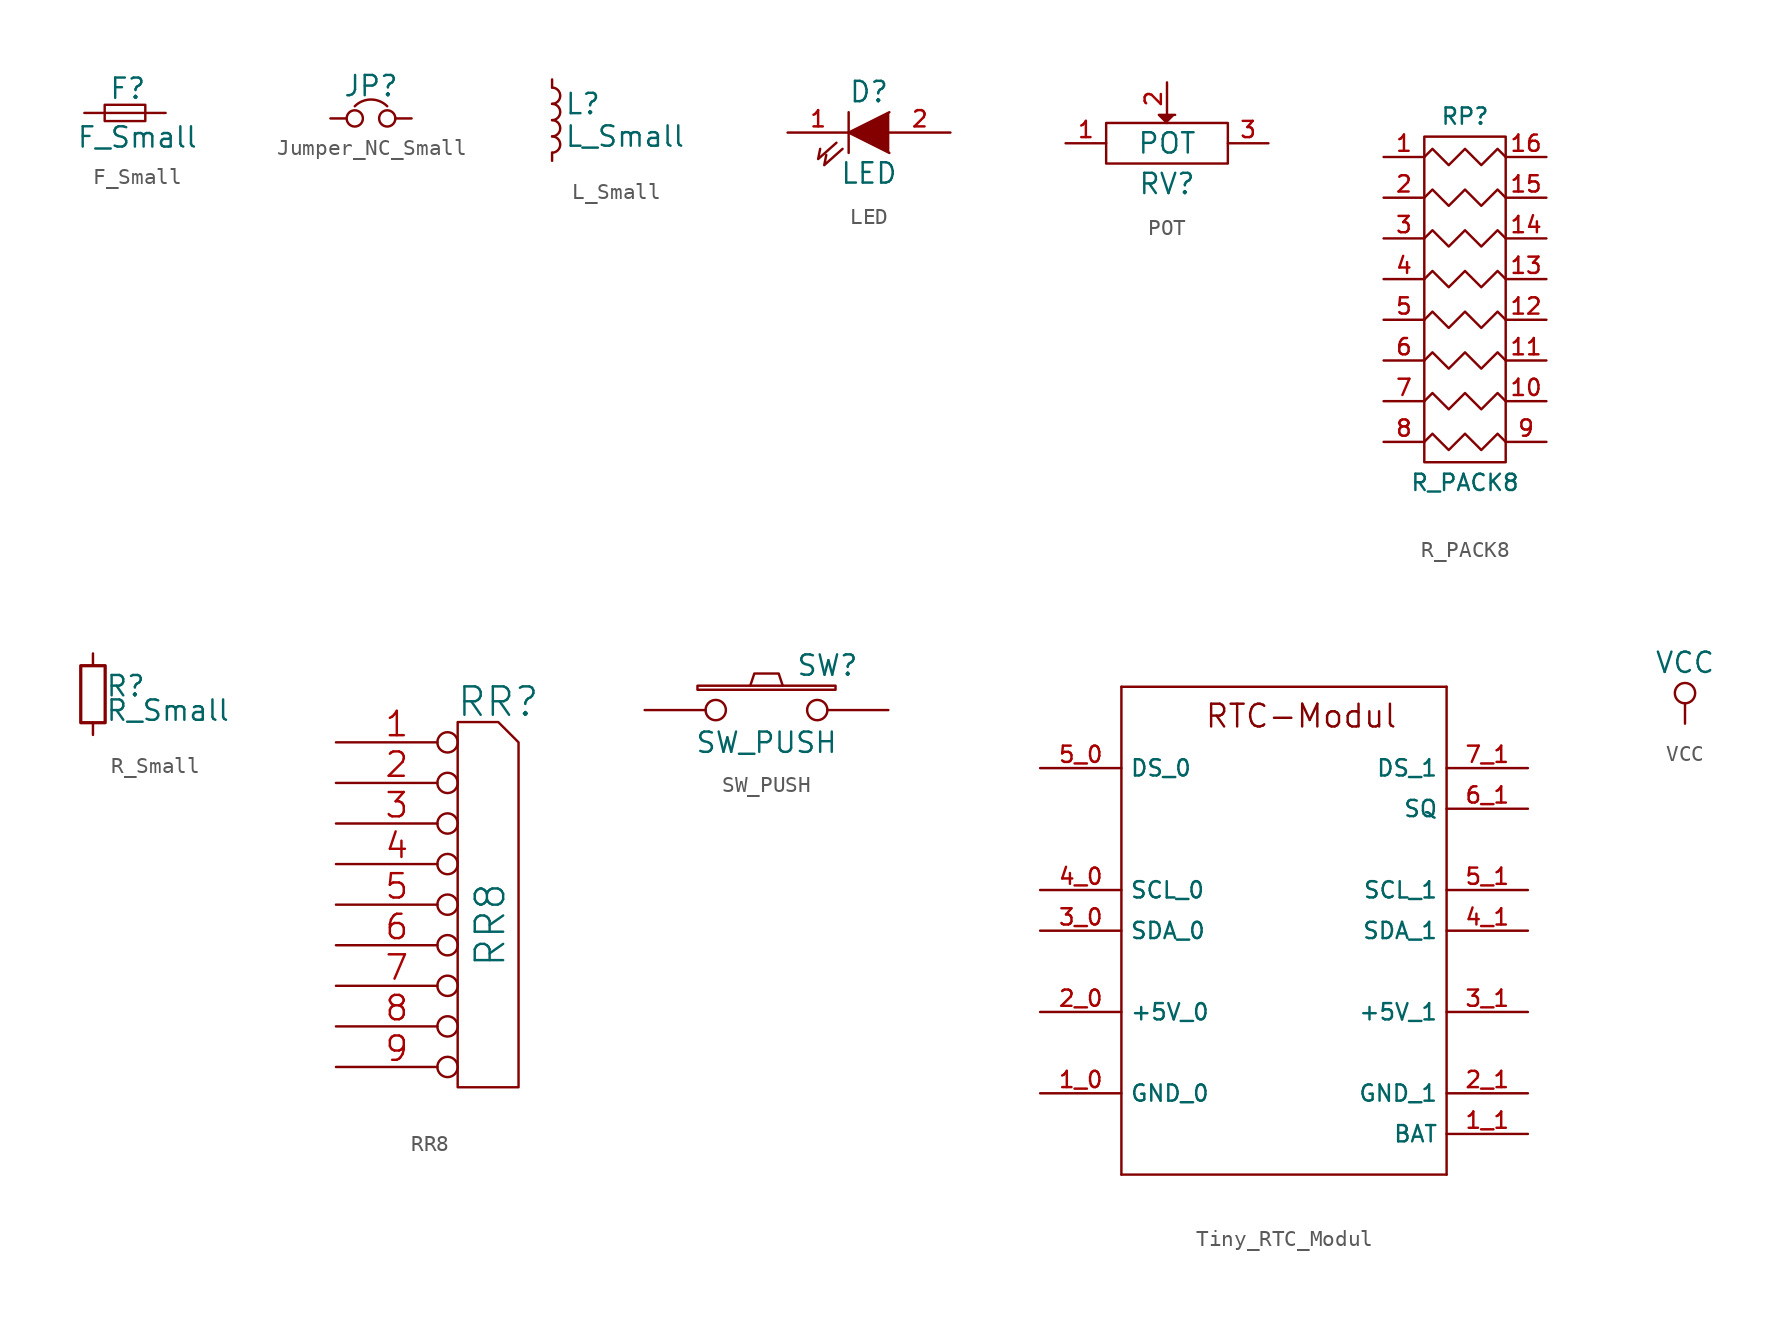
<source format=kicad_sym>
(kicad_symbol_lib
  (version 20201005)
  (generator kicad_symbol_editor)
  (symbol "Zimprich_neu:F_Small"
    (pin_numbers hide)
    (pin_names
      (offset 0.254) hide)
    (property "Reference" "F"
      (at -1.016 1.524 0)
      (effects (font (size 1.27 1.27)) (justify left)))
    (property "Value" "F_Small"
      (at -3.048 -1.524 0)
      (effects (font (size 1.27 1.27)) (justify left)))
    (property "Footprint" ""
      (at 0 0 0)
      (effects (font (size 1.524 1.524))))
    (property "Datasheet" ""
      (at 0 0 0)
      (effects (font (size 1.524 1.524))))
    (symbol "F_Small_0_1"
      (rectangle (start -1.27 0.508) (end 1.27 -0.508) (stroke (width 0)) (fill (type none)))
      (polyline (pts (xy -1.27 0) (xy 1.27 0)) (stroke (width 0)) (fill (type none))))
    (symbol "F_Small_1_1"
      (pin passive line (at -2.54 0 0) (length 1.27) (name "~" (effects (font (size 1.016 1.016)))) (number "1" (effects (font (size 1.016 1.016)))))
      (pin passive line (at 2.54 0 180) (length 1.27) (name "~" (effects (font (size 1.016 1.016)))) (number "2" (effects (font (size 1.016 1.016)))))))
  (symbol "Zimprich_neu:Jumper_NC_Small"
    (pin_numbers hide)
    (pin_names
      (offset 0.762) hide)
    (property "Reference" "JP"
      (at 0 2.032 0)
      (effects (font (size 1.27 1.27))))
    (property "Footprint" ""
      (at 0 0 0)
      (effects (font (size 1.524 1.524))))
    (property "Datasheet" ""
      (at 0 0 0)
      (effects (font (size 1.524 1.524))))
    (symbol "Jumper_NC_Small_0_1"
      (arc (start 1.016 0.762) (end -1.016 0.762) (radius (at 0 -0.254) (length 1.4478) (angles 45 135)) (stroke (width 0)) (fill (type none)))
      (circle (center -1.016 0) (radius 0.508) (stroke (width 0)) (fill (type none)))
      (circle (center 1.016 0) (radius 0.508) (stroke (width 0)) (fill (type none)))
      (pin passive line (at -2.54 0 0) (length 1.016) (name "1" (effects (font (size 1.524 1.524)))) (number "1" (effects (font (size 1.524 1.524)))))
      (pin passive line (at 2.54 0 180) (length 1.016) (name "2" (effects (font (size 1.524 1.524)))) (number "2" (effects (font (size 1.524 1.524)))))))
  (symbol "Zimprich_neu:L_Small"
    (pin_numbers hide)
    (pin_names
      (offset 0.254) hide)
    (property "Reference" "L"
      (at 0.762 1.016 0)
      (effects (font (size 1.27 1.27)) (justify left)))
    (property "Value" "L_Small"
      (at 0.762 -1.016 0)
      (effects (font (size 1.27 1.27)) (justify left)))
    (property "Footprint" ""
      (at 0 0 0)
      (effects (font (size 1.524 1.524))))
    (property "Datasheet" ""
      (at 0 0 0)
      (effects (font (size 1.524 1.524))))
    (symbol "L_Small_0_1"
      (arc (start 0 -2.032) (end 0 -1.016) (radius (at 0 -1.524) (length 0.508) (angles -89.9 89.9)) (stroke (width 0)) (fill (type none)))
      (arc (start 0 -1.016) (end 0 0) (radius (at 0 -0.508) (length 0.508) (angles -89.9 89.9)) (stroke (width 0)) (fill (type none)))
      (arc (start 0 0) (end 0 1.016) (radius (at 0 0.508) (length 0.508) (angles -89.9 89.9)) (stroke (width 0)) (fill (type none)))
      (arc (start 0 1.016) (end 0 2.032) (radius (at 0 1.524) (length 0.508) (angles -89.9 89.9)) (stroke (width 0)) (fill (type none))))
    (symbol "L_Small_1_1"
      (pin passive line (at 0 2.54 270) (length 0.508) (name "~" (effects (font (size 1.016 1.016)))) (number "1" (effects (font (size 1.016 1.016)))))
      (pin passive line (at 0 -2.54 90) (length 0.508) (name "~" (effects (font (size 1.016 1.016)))) (number "2" (effects (font (size 1.016 1.016)))))))
  (symbol "Zimprich_neu:LED"
    (pin_names hide)
    (property "Reference" "D"
      (at 0 2.54 0)
      (effects (font (size 1.27 1.27))))
    (property "Value" "LED"
      (at 0 -2.54 0)
      (effects (font (size 1.27 1.27))))
    (property "Footprint" ""
      (at 0 0 0)
      (effects (font (size 1.524 1.524))))
    (property "Datasheet" ""
      (at 0 0 0)
      (effects (font (size 1.524 1.524))))
    (symbol "LED_0_1"
      (polyline (pts (xy -1.27 1.27) (xy -1.27 -1.27)) (stroke (width 0)) (fill (type none)))
      (polyline (pts (xy -2.032 -0.635) (xy -3.175 -1.651) (xy -3.048 -1.016)) (stroke (width 0)) (fill (type none)))
      (polyline (pts (xy -1.651 -1.016) (xy -2.794 -2.032) (xy -2.667 -1.397)) (stroke (width 0)) (fill (type none)))
      (polyline (pts (xy 1.27 1.27) (xy -1.27 0) (xy 1.27 -1.27)) (stroke (width 0)) (fill (type outline))))
    (symbol "LED_1_1"
      (pin passive line (at -5.08 0 0) (length 3.81) (name "K" (effects (font (size 1.016 1.016)))) (number "1" (effects (font (size 1.016 1.016)))))
      (pin passive line (at 5.08 0 180) (length 3.81) (name "A" (effects (font (size 1.016 1.016)))) (number "2" (effects (font (size 1.016 1.016)))))))
  (symbol "Zimprich_neu:POT"
    (pin_names hide)
    (property "Reference" "RV"
      (at 0 -2.54 0)
      (effects (font (size 1.27 1.27))))
    (property "Value" "POT"
      (at 0 0 0)
      (effects (font (size 1.27 1.27))))
    (property "Footprint" ""
      (at 0 0 0)
      (effects (font (size 1.524 1.524))))
    (property "Datasheet" ""
      (at 0 0 0)
      (effects (font (size 1.524 1.524))))
    (symbol "POT_0_1"
      (rectangle (start -3.81 1.27) (end 3.81 -1.27) (stroke (width 0)) (fill (type none)))
      (polyline (pts (xy 0 1.27) (xy -0.508 1.778) (xy 0.508 1.778)) (stroke (width 0)) (fill (type outline))))
    (symbol "POT_1_1"
      (pin passive line (at -6.35 0 0) (length 2.54) (name "1" (effects (font (size 1.016 1.016)))) (number "1" (effects (font (size 1.016 1.016)))))
      (pin passive line (at 0 3.81 270) (length 2.032) (name "2" (effects (font (size 1.016 1.016)))) (number "2" (effects (font (size 1.016 1.016)))))
      (pin passive line (at 6.35 0 180) (length 2.54) (name "3" (effects (font (size 1.016 1.016)))) (number "3" (effects (font (size 1.016 1.016)))))))
  (symbol "Zimprich_neu:R_PACK8"
    (pin_names hide)
    (property "Reference" "RP"
      (at 0 11.43 0)
      (effects (font (size 1.016 1.016))))
    (property "Value" "R_PACK8"
      (at 0 -11.43 0)
      (effects (font (size 1.016 1.016))))
    (property "Footprint" ""
      (at 0 0 0)
      (effects (font (size 1.524 1.524))))
    (property "Datasheet" ""
      (at 0 0 0)
      (effects (font (size 1.524 1.524))))
    (symbol "R_PACK8_0_1"
      (rectangle (start -2.54 10.16) (end 2.54 -10.16) (stroke (width 0)) (fill (type none)))
      (polyline (pts (xy -2.54 -8.89) (xy -2.032 -8.382) (xy -1.016 -9.398) (xy 0 -8.382) (xy 1.016 -9.398) (xy 2.032 -8.382) (xy 2.54 -8.89)) (stroke (width 0)) (fill (type none)))
      (polyline (pts (xy -2.54 -6.35) (xy -2.032 -5.842) (xy -1.016 -6.858) (xy 0 -5.842) (xy 1.016 -6.858) (xy 2.032 -5.842) (xy 2.54 -6.35)) (stroke (width 0)) (fill (type none)))
      (polyline (pts (xy -2.54 -3.81) (xy -2.032 -3.302) (xy -1.016 -4.318) (xy 0 -3.302) (xy 1.016 -4.318) (xy 2.032 -3.302) (xy 2.54 -3.81)) (stroke (width 0)) (fill (type none)))
      (polyline (pts (xy -2.54 -1.27) (xy -2.032 -0.762) (xy -1.016 -1.778) (xy 0 -0.762) (xy 1.016 -1.778) (xy 2.032 -0.762) (xy 2.54 -1.27)) (stroke (width 0)) (fill (type none)))
      (polyline (pts (xy -2.54 1.27) (xy -2.032 1.778) (xy -1.016 0.762) (xy 0 1.778) (xy 1.016 0.762) (xy 2.032 1.778) (xy 2.54 1.27)) (stroke (width 0)) (fill (type none)))
      (polyline (pts (xy -2.54 3.81) (xy -2.032 4.318) (xy -1.016 3.302) (xy 0 4.318) (xy 1.016 3.302) (xy 2.032 4.318) (xy 2.54 3.81)) (stroke (width 0)) (fill (type none)))
      (polyline (pts (xy -2.54 6.35) (xy -2.032 6.858) (xy -1.016 5.842) (xy 0 6.858) (xy 1.016 5.842) (xy 2.032 6.858) (xy 2.54 6.35)) (stroke (width 0)) (fill (type none)))
      (polyline (pts (xy -2.54 8.89) (xy -2.032 9.398) (xy -1.016 8.382) (xy 0 9.398) (xy 1.016 8.382) (xy 2.032 9.398) (xy 2.54 8.89)) (stroke (width 0)) (fill (type none))))
    (symbol "R_PACK8_1_1"
      (pin passive line (at -5.08 8.89 0) (length 2.54) (name "P1" (effects (font (size 1.016 1.016)))) (number "1" (effects (font (size 1.016 1.016)))))
      (pin passive line (at 5.08 -6.35 180) (length 2.54) (name "R7" (effects (font (size 1.016 1.016)))) (number "10" (effects (font (size 1.016 1.016)))))
      (pin passive line (at 5.08 -3.81 180) (length 2.54) (name "R6" (effects (font (size 1.016 1.016)))) (number "11" (effects (font (size 1.016 1.016)))))
      (pin passive line (at 5.08 -1.27 180) (length 2.54) (name "R5" (effects (font (size 1.016 1.016)))) (number "12" (effects (font (size 1.016 1.016)))))
      (pin passive line (at 5.08 1.27 180) (length 2.54) (name "R4" (effects (font (size 1.016 1.016)))) (number "13" (effects (font (size 1.016 1.016)))))
      (pin passive line (at 5.08 3.81 180) (length 2.54) (name "R3" (effects (font (size 1.016 1.016)))) (number "14" (effects (font (size 1.016 1.016)))))
      (pin passive line (at 5.08 6.35 180) (length 2.54) (name "R2" (effects (font (size 1.016 1.016)))) (number "15" (effects (font (size 1.016 1.016)))))
      (pin passive line (at 5.08 8.89 180) (length 2.54) (name "R1" (effects (font (size 1.016 1.016)))) (number "16" (effects (font (size 1.016 1.016)))))
      (pin passive line (at -5.08 6.35 0) (length 2.54) (name "P2" (effects (font (size 1.016 1.016)))) (number "2" (effects (font (size 1.016 1.016)))))
      (pin passive line (at -5.08 3.81 0) (length 2.54) (name "P3" (effects (font (size 1.016 1.016)))) (number "3" (effects (font (size 1.016 1.016)))))
      (pin passive line (at -5.08 1.27 0) (length 2.54) (name "P4" (effects (font (size 1.016 1.016)))) (number "4" (effects (font (size 1.016 1.016)))))
      (pin passive line (at -5.08 -1.27 0) (length 2.54) (name "P5" (effects (font (size 1.016 1.016)))) (number "5" (effects (font (size 1.016 1.016)))))
      (pin passive line (at -5.08 -3.81 0) (length 2.54) (name "P6" (effects (font (size 1.016 1.016)))) (number "6" (effects (font (size 1.016 1.016)))))
      (pin passive line (at -5.08 -6.35 0) (length 2.54) (name "P7" (effects (font (size 1.016 1.016)))) (number "7" (effects (font (size 1.016 1.016)))))
      (pin passive line (at -5.08 -8.89 0) (length 2.54) (name "P8" (effects (font (size 1.016 1.016)))) (number "8" (effects (font (size 1.016 1.016)))))
      (pin passive line (at 5.08 -8.89 180) (length 2.54) (name "R8" (effects (font (size 1.016 1.016)))) (number "9" (effects (font (size 1.016 1.016)))))))
  (symbol "Zimprich_neu:R_Small"
    (pin_numbers hide)
    (pin_names
      (offset 0.254) hide)
    (property "Reference" "R"
      (at 0.762 0.508 0)
      (effects (font (size 1.27 1.27)) (justify left)))
    (property "Value" "R_Small"
      (at 0.762 -1.016 0)
      (effects (font (size 1.27 1.27)) (justify left)))
    (property "Footprint" ""
      (at 0 0 0)
      (effects (font (size 1.524 1.524))))
    (property "Datasheet" ""
      (at 0 0 0)
      (effects (font (size 1.524 1.524))))
    (symbol "R_Small_0_1"
      (rectangle (start -0.762 1.778) (end 0.762 -1.778) (stroke (width 0.203)) (fill (type none))))
    (symbol "R_Small_1_1"
      (pin passive line (at 0 2.54 270) (length 0.762) (name "~" (effects (font (size 1.016 1.016)))) (number "1" (effects (font (size 1.016 1.016)))))
      (pin passive line (at 0 -2.54 90) (length 0.762) (name "~" (effects (font (size 1.016 1.016)))) (number "2" (effects (font (size 1.016 1.016)))))))
  (symbol "Zimprich_neu:RR8"
    (pin_names hide)
    (property "Reference" "RR"
      (at 1.27 13.97 0)
      (effects (font (size 1.778 1.778))))
    (property "Value" "RR8"
      (at 0.762 0 90)
      (effects (font (size 1.778 1.778))))
    (property "Footprint" ""
      (at 0 0 0)
      (effects (font (size 1.524 1.524))))
    (property "Datasheet" ""
      (at 0 0 0)
      (effects (font (size 1.524 1.524))))
    (symbol "RR8_0_1"
      (polyline (pts (xy -1.27 -10.16) (xy -1.27 12.7) (xy 1.27 12.7) (xy 2.54 11.43) (xy 2.54 -10.16) (xy -1.27 -10.16)) (stroke (width 0)) (fill (type none))))
    (symbol "RR8_1_1"
      (pin passive inverted (at -8.89 11.43 0) (length 7.62) (name "COM" (effects (font (size 1.524 1.524)))) (number "1" (effects (font (size 1.524 1.524)))))
      (pin passive inverted (at -8.89 8.89 0) (length 7.62) (name "2" (effects (font (size 1.524 1.524)))) (number "2" (effects (font (size 1.524 1.524)))))
      (pin passive inverted (at -8.89 6.35 0) (length 7.62) (name "3" (effects (font (size 1.524 1.524)))) (number "3" (effects (font (size 1.524 1.524)))))
      (pin passive inverted (at -8.89 3.81 0) (length 7.62) (name "4" (effects (font (size 1.524 1.524)))) (number "4" (effects (font (size 1.524 1.524)))))
      (pin passive inverted (at -8.89 1.27 0) (length 7.62) (name "5" (effects (font (size 1.524 1.524)))) (number "5" (effects (font (size 1.524 1.524)))))
      (pin passive inverted (at -8.89 -1.27 0) (length 7.62) (name "6" (effects (font (size 1.524 1.524)))) (number "6" (effects (font (size 1.524 1.524)))))
      (pin passive inverted (at -8.89 -3.81 0) (length 7.62) (name "7" (effects (font (size 1.524 1.524)))) (number "7" (effects (font (size 1.524 1.524)))))
      (pin passive inverted (at -8.89 -6.35 0) (length 7.62) (name "8" (effects (font (size 1.524 1.524)))) (number "8" (effects (font (size 1.524 1.524)))))
      (pin passive inverted (at -8.89 -8.89 0) (length 7.62) (name "9" (effects (font (size 1.524 1.524)))) (number "9" (effects (font (size 1.524 1.524)))))))
  (symbol "Zimprich_neu:SW_PUSH"
    (pin_numbers hide)
    (pin_names hide)
    (property "Reference" "SW"
      (at 3.81 2.794 0)
      (effects (font (size 1.27 1.27))))
    (property "Value" "SW_PUSH"
      (at 0 -2.032 0)
      (effects (font (size 1.27 1.27))))
    (property "Footprint" ""
      (at 0 0 0)
      (effects (font (size 1.524 1.524))))
    (property "Datasheet" ""
      (at 0 0 0)
      (effects (font (size 1.524 1.524))))
    (symbol "SW_PUSH_0_1"
      (rectangle (start -4.318 1.27) (end 4.318 1.524) (stroke (width 0)) (fill (type none)))
      (polyline (pts (xy -1.016 1.524) (xy -0.762 2.286) (xy 0.762 2.286) (xy 1.016 1.524)) (stroke (width 0)) (fill (type none)))
      (pin passive inverted (at -7.62 0 0) (length 5.08) (name "1" (effects (font (size 1.524 1.524)))) (number "1" (effects (font (size 1.524 1.524)))))
      (pin passive inverted (at 7.62 0 180) (length 5.08) (name "2" (effects (font (size 1.524 1.524)))) (number "2" (effects (font (size 1.524 1.524)))))))
  (symbol "Zimprich_neu:Tiny_RTC_Modul"
    (property "Reference" "MD"
      (at 0 0 0)
      (effects (font (size 1.143 1.143)) hide))
    (symbol "Tiny_RTC_Modul_1_0"
      (text "RTC-Modul" (at 1.067 13.411 0) (effects (font (size 1.422 1.422))))
      (polyline (pts (xy -10.16 -15.24) (xy -10.16 15.24)) (stroke (width 0)) (fill (type none)))
      (polyline (pts (xy -10.16 15.24) (xy 10.16 15.24)) (stroke (width 0)) (fill (type none)))
      (polyline (pts (xy 10.16 -15.24) (xy -10.16 -15.24)) (stroke (width 0)) (fill (type none)))
      (polyline (pts (xy 10.16 15.24) (xy 10.16 -15.24)) (stroke (width 0)) (fill (type none))))
    (symbol "Tiny_RTC_Modul_1_1"
      (pin power_in line (at -15.24 -10.16 0) (length 5.08) (name "GND_0" (effects (font (size 1.016 1.016)))) (number "1_0" (effects (font (size 1.016 1.016)))))
      (pin power_in line (at 15.24 -12.7 180) (length 5.08) (name "BAT" (effects (font (size 1.016 1.016)))) (number "1_1" (effects (font (size 1.016 1.016)))))
      (pin power_in line (at -15.24 -5.08 0) (length 5.08) (name "+5V_0" (effects (font (size 1.016 1.016)))) (number "2_0" (effects (font (size 1.016 1.016)))))
      (pin power_in line (at 15.24 -10.16 180) (length 5.08) (name "GND_1" (effects (font (size 1.016 1.016)))) (number "2_1" (effects (font (size 1.016 1.016)))))
      (pin bidirectional line (at -15.24 0 0) (length 5.08) (name "SDA_0" (effects (font (size 1.016 1.016)))) (number "3_0" (effects (font (size 1.016 1.016)))))
      (pin power_in line (at 15.24 -5.08 180) (length 5.08) (name "+5V_1" (effects (font (size 1.016 1.016)))) (number "3_1" (effects (font (size 1.016 1.016)))))
      (pin bidirectional line (at -15.24 2.54 0) (length 5.08) (name "SCL_0" (effects (font (size 1.016 1.016)))) (number "4_0" (effects (font (size 1.016 1.016)))))
      (pin bidirectional line (at 15.24 0 180) (length 5.08) (name "SDA_1" (effects (font (size 1.016 1.016)))) (number "4_1" (effects (font (size 1.016 1.016)))))
      (pin bidirectional line (at -15.24 10.16 0) (length 5.08) (name "DS_0" (effects (font (size 1.016 1.016)))) (number "5_0" (effects (font (size 1.016 1.016)))))
      (pin bidirectional line (at 15.24 2.54 180) (length 5.08) (name "SCL_1" (effects (font (size 1.016 1.016)))) (number "5_1" (effects (font (size 1.016 1.016)))))
      (pin output line (at 15.24 7.62 180) (length 5.08) (name "SQ" (effects (font (size 1.016 1.016)))) (number "6_1" (effects (font (size 1.016 1.016)))))
      (pin bidirectional line (at 15.24 10.16 180) (length 5.08) (name "DS_1" (effects (font (size 1.016 1.016)))) (number "7_1" (effects (font (size 1.016 1.016)))))))
  (symbol "Zimprich_neu:VCC"
    (power)
    (pin_names
      (offset 0))
    (property "Reference" "#PWR"
      (at 0 -3.81 0)
      (effects (font (size 1.27 1.27)) hide))
    (property "Value" "VCC"
      (at 0 3.81 0)
      (effects (font (size 1.27 1.27))))
    (property "Footprint" ""
      (at 0 0 0)
      (effects (font (size 1.524 1.524))))
    (property "Datasheet" ""
      (at 0 0 0)
      (effects (font (size 1.524 1.524))))
    (symbol "VCC_0_1"
      (circle (center 0 1.905) (radius 0.635) (stroke (width 0)) (fill (type none)))
      (polyline (pts (xy 0 0) (xy 0 1.27)) (stroke (width 0)) (fill (type none))))
    (symbol "VCC_1_1"
      (pin power_in line (at 0 0 90) (length 0) hide (name "VCC" (effects (font (size 1.27 1.27)))) (number "1" (effects (font (size 1.27 1.27))))))))
</source>
